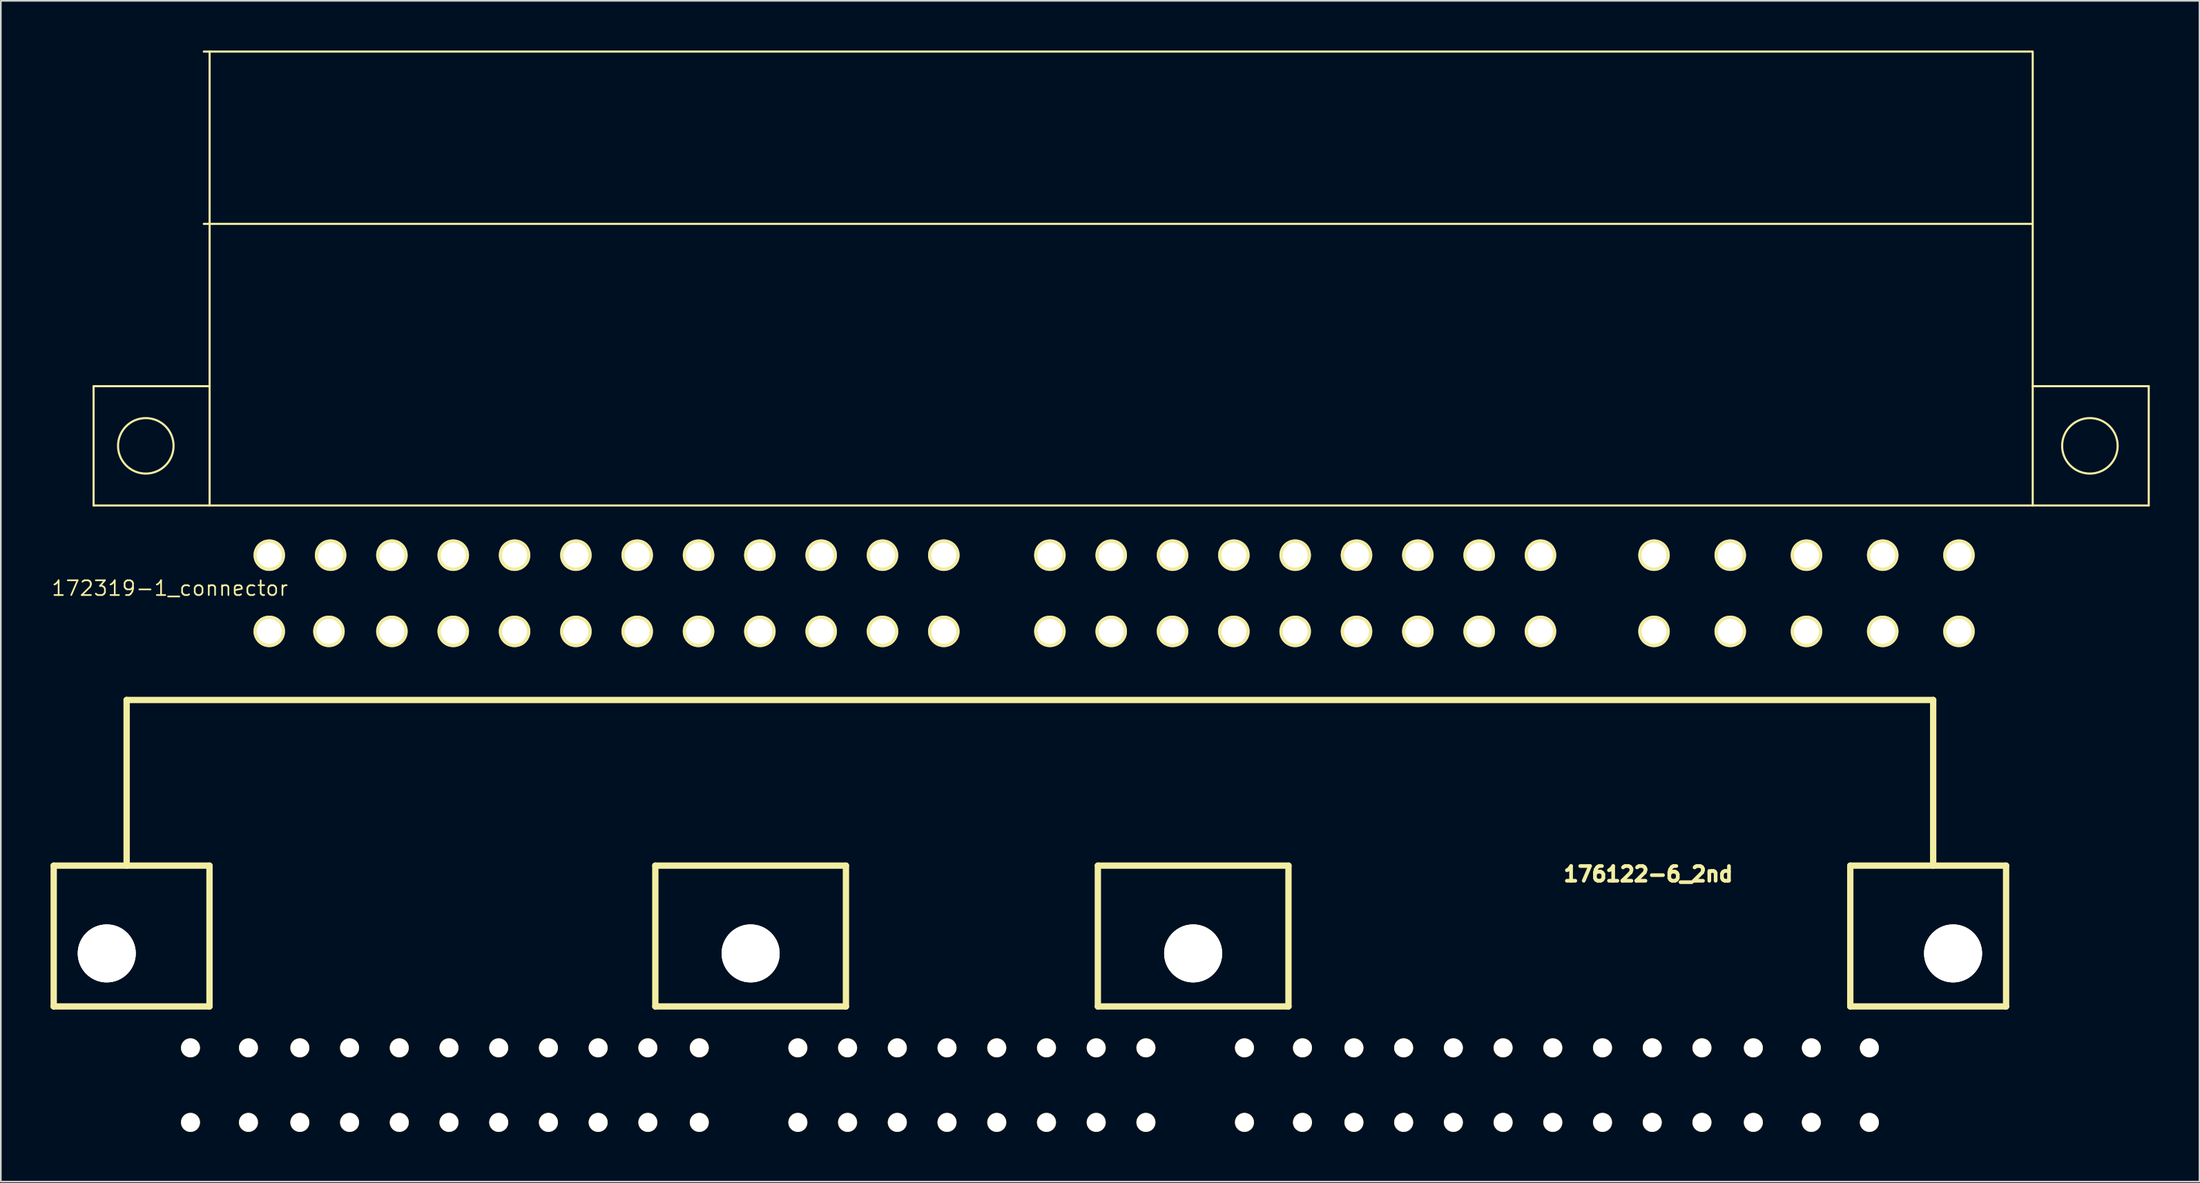
<source format=kicad_pcb>
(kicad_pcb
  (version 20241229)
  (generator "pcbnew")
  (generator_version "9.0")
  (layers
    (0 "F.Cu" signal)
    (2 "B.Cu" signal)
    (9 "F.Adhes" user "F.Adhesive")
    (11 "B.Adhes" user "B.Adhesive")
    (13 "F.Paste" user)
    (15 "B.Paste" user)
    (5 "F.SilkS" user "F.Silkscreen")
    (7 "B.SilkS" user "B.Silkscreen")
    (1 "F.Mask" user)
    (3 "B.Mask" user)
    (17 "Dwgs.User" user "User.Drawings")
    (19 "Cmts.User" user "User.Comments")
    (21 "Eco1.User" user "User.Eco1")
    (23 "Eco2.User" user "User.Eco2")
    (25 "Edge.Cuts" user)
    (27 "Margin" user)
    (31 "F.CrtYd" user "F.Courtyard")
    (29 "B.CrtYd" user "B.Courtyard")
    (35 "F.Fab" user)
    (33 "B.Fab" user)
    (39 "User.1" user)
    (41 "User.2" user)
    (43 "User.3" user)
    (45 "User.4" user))
  (footprint "172319-1_connector"
    (layer "F.Cu")
    (at 13.197 30.463)
    (property "Reference" "172319-1_connector" (at -6 2 180) (layer "F.SilkS") (effects (font (size 0.889 0.889) (thickness 0.102))))
    (attr through_hole)
    (fp_line (start -10.6 -10.2) (end -10.6 -3) (stroke (width 0.127) (type solid)) (layer "F.SilkS"))
    (fp_line (start -10.6 -3) (end -3.6 -3) (stroke (width 0.127) (type solid)) (layer "F.SilkS"))
    (fp_line (start -3.95 -30.4) (end 106.35 -30.4) (stroke (width 0.127) (type solid)) (layer "F.SilkS"))
    (fp_line (start -3.95 -20) (end 106.35 -20) (stroke (width 0.127) (type solid)) (layer "F.SilkS"))
    (fp_line (start -3.6 -30.4) (end -3.6 -3) (stroke (width 0.127) (type solid)) (layer "F.SilkS"))
    (fp_line (start -3.6 -10.2) (end -10.6 -10.2) (stroke (width 0.127) (type solid)) (layer "F.SilkS"))
    (fp_line (start -3.6 -3) (end 106.35 -3) (stroke (width 0.127) (type solid)) (layer "F.SilkS"))
    (fp_line (start 106.4 -30.4) (end 106.4 -3) (stroke (width 0.127) (type solid)) (layer "F.SilkS"))
    (fp_line (start 113.4 -10.2) (end 106.4 -10.2) (stroke (width 0.127) (type solid)) (layer "F.SilkS"))
    (fp_line (start 113.4 -10.2) (end 113.4 -3) (stroke (width 0.127) (type solid)) (layer "F.SilkS"))
    (fp_line (start 113.4 -3) (end 106.4 -3) (stroke (width 0.127) (type solid)) (layer "F.SilkS"))
    (fp_circle (center -7.45 -6.6) (end -9.125 -6.6) (stroke (width 0.127) (type solid)) (fill no) (layer "F.SilkS"))
    (fp_circle (center 109.85 -6.6) (end 111.525 -6.6) (stroke (width 0.127) (type solid)) (fill no) (layer "F.SilkS"))
    (pad "1" thru_hole circle (at 0 0) (size 1.9 1.9) (drill 1.501) (layers "*.Cu" "*.Mask" "F.SilkS"))
    (pad "2" thru_hole circle (at 3.7 0) (size 1.9 1.9) (drill 1.501) (layers "*.Cu" "*.Mask" "F.SilkS"))
    (pad "3" thru_hole circle (at 7.4 0) (size 1.9 1.9) (drill 1.501) (layers "*.Cu" "*.Mask" "F.SilkS"))
    (pad "4" thru_hole circle (at 11.1 0) (size 1.9 1.9) (drill 1.501) (layers "*.Cu" "*.Mask" "F.SilkS"))
    (pad "5" thru_hole circle (at 14.8 0) (size 1.9 1.9) (drill 1.501) (layers "*.Cu" "*.Mask" "F.SilkS"))
    (pad "6" thru_hole circle (at 18.5 0) (size 1.9 1.9) (drill 1.501) (layers "*.Cu" "*.Mask" "F.SilkS"))
    (pad "7" thru_hole circle (at 22.2 0) (size 1.9 1.9) (drill 1.501) (layers "*.Cu" "*.Mask" "F.SilkS"))
    (pad "8" thru_hole circle (at 25.9 0) (size 1.9 1.9) (drill 1.501) (layers "*.Cu" "*.Mask" "F.SilkS"))
    (pad "9" thru_hole circle (at 29.6 0) (size 1.9 1.9) (drill 1.501) (layers "*.Cu" "*.Mask" "F.SilkS"))
    (pad "10" thru_hole circle (at 33.3 0) (size 1.9 1.9) (drill 1.501) (layers "*.Cu" "*.Mask" "F.SilkS"))
    (pad "11" thru_hole circle (at 37 0) (size 1.9 1.9) (drill 1.501) (layers "*.Cu" "*.Mask" "F.SilkS"))
    (pad "12" thru_hole circle (at 40.7 0) (size 1.9 1.9) (drill 1.501) (layers "*.Cu" "*.Mask" "F.SilkS"))
    (pad "13" thru_hole circle (at 47.1 0) (size 1.9 1.9) (drill 1.501) (layers "*.Cu" "*.Mask" "F.SilkS"))
    (pad "14" thru_hole circle (at 50.8 0) (size 1.9 1.9) (drill 1.501) (layers "*.Cu" "*.Mask" "F.SilkS"))
    (pad "15" thru_hole circle (at 54.5 0) (size 1.9 1.9) (drill 1.501) (layers "*.Cu" "*.Mask" "F.SilkS"))
    (pad "16" thru_hole circle (at 58.2 0) (size 1.9 1.9) (drill 1.501) (layers "*.Cu" "*.Mask" "F.SilkS"))
    (pad "17" thru_hole circle (at 61.9 0) (size 1.9 1.9) (drill 1.501) (layers "*.Cu" "*.Mask" "F.SilkS"))
    (pad "18" thru_hole circle (at 65.6 0) (size 1.9 1.9) (drill 1.501) (layers "*.Cu" "*.Mask" "F.SilkS"))
    (pad "19" thru_hole circle (at 69.3 0) (size 1.9 1.9) (drill 1.501) (layers "*.Cu" "*.Mask" "F.SilkS"))
    (pad "20" thru_hole circle (at 73 0) (size 1.9 1.9) (drill 1.501) (layers "*.Cu" "*.Mask" "F.SilkS"))
    (pad "21" thru_hole circle (at 76.7 0) (size 1.9 1.9) (drill 1.501) (layers "*.Cu" "*.Mask" "F.SilkS"))
    (pad "22" thru_hole circle (at 83.55 0) (size 1.9 1.9) (drill 1.501) (layers "*.Cu" "*.Mask" "F.SilkS"))
    (pad "23" thru_hole circle (at 88.15 0) (size 1.9 1.9) (drill 1.501) (layers "*.Cu" "*.Mask" "F.SilkS"))
    (pad "24" thru_hole circle (at 92.75 0 180) (size 1.9 1.9) (drill 1.501) (layers "*.Cu" "*.Mask" "F.SilkS"))
    (pad "25" thru_hole circle (at 97.35 0 180) (size 1.9 1.9) (drill 1.501) (layers "*.Cu" "*.Mask" "F.SilkS"))
    (pad "26" thru_hole circle (at 101.95 0 180) (size 1.9 1.9) (drill 1.501) (layers "*.Cu" "*.Mask" "F.SilkS"))
    (pad "27" thru_hole circle (at 0 4.6 180) (size 1.9 1.9) (drill 1.501) (layers "*.Cu" "*.Mask" "F.SilkS"))
    (pad "28" thru_hole circle (at 3.6 4.6 180) (size 1.9 1.9) (drill 1.501) (layers "*.Cu" "*.Mask" "F.SilkS"))
    (pad "29" thru_hole circle (at 7.4 4.6 180) (size 1.9 1.9) (drill 1.501) (layers "*.Cu" "*.Mask" "F.SilkS"))
    (pad "30" thru_hole circle (at 11.1 4.6 180) (size 1.9 1.9) (drill 1.501) (layers "*.Cu" "*.Mask" "F.SilkS"))
    (pad "31" thru_hole circle (at 14.8 4.6 180) (size 1.9 1.9) (drill 1.501) (layers "*.Cu" "*.Mask" "F.SilkS"))
    (pad "32" thru_hole circle (at 18.5 4.6 180) (size 1.9 1.9) (drill 1.501) (layers "*.Cu" "*.Mask" "F.SilkS"))
    (pad "33" thru_hole circle (at 22.2 4.6 180) (size 1.9 1.9) (drill 1.501) (layers "*.Cu" "*.Mask" "F.SilkS"))
    (pad "34" thru_hole circle (at 25.9 4.6 180) (size 1.9 1.9) (drill 1.501) (layers "*.Cu" "*.Mask" "F.SilkS"))
    (pad "35" thru_hole circle (at 29.6 4.6 180) (size 1.9 1.9) (drill 1.501) (layers "*.Cu" "*.Mask" "F.SilkS"))
    (pad "36" thru_hole circle (at 33.3 4.6 180) (size 1.9 1.9) (drill 1.501) (layers "*.Cu" "*.Mask" "F.SilkS"))
    (pad "37" thru_hole circle (at 37 4.6 180) (size 1.9 1.9) (drill 1.501) (layers "*.Cu" "*.Mask" "F.SilkS"))
    (pad "38" thru_hole circle (at 40.7 4.6 180) (size 1.9 1.9) (drill 1.501) (layers "*.Cu" "*.Mask" "F.SilkS"))
    (pad "39" thru_hole circle (at 47.1 4.6 180) (size 1.9 1.9) (drill 1.501) (layers "*.Cu" "*.Mask" "F.SilkS"))
    (pad "40" thru_hole circle (at 50.8 4.6 180) (size 1.9 1.9) (drill 1.501) (layers "*.Cu" "*.Mask" "F.SilkS"))
    (pad "41" thru_hole circle (at 54.5 4.6 180) (size 1.9 1.9) (drill 1.501) (layers "*.Cu" "*.Mask" "F.SilkS"))
    (pad "42" thru_hole circle (at 58.2 4.6 180) (size 1.9 1.9) (drill 1.501) (layers "*.Cu" "*.Mask" "F.SilkS"))
    (pad "43" thru_hole circle (at 61.9 4.6 180) (size 1.9 1.9) (drill 1.501) (layers "*.Cu" "*.Mask" "F.SilkS"))
    (pad "44" thru_hole circle (at 65.6 4.6 180) (size 1.9 1.9) (drill 1.501) (layers "*.Cu" "*.Mask" "F.SilkS"))
    (pad "45" thru_hole circle (at 69.3 4.6 180) (size 1.9 1.9) (drill 1.501) (layers "*.Cu" "*.Mask" "F.SilkS"))
    (pad "46" thru_hole circle (at 73 4.6 180) (size 1.9 1.9) (drill 1.501) (layers "*.Cu" "*.Mask" "F.SilkS"))
    (pad "47" thru_hole circle (at 76.7 4.6 180) (size 1.9 1.9) (drill 1.501) (layers "*.Cu" "*.Mask" "F.SilkS"))
    (pad "48" thru_hole circle (at 83.55 4.6 180) (size 1.9 1.9) (drill 1.501) (layers "*.Cu" "*.Mask" "F.SilkS"))
    (pad "49" thru_hole circle (at 88.15 4.6 180) (size 1.9 1.9) (drill 1.501) (layers "*.Cu" "*.Mask" "F.SilkS"))
    (pad "50" thru_hole circle (at 92.75 4.6 180) (size 1.9 1.9) (drill 1.501) (layers "*.Cu" "*.Mask" "F.SilkS"))
    (pad "51" thru_hole circle (at 97.35 4.6 180) (size 1.9 1.9) (drill 1.501) (layers "*.Cu" "*.Mask" "F.SilkS"))
    (pad "52" thru_hole circle (at 101.95 4.6 180) (size 1.9 1.9) (drill 1.501) (layers "*.Cu" "*.Mask" "F.SilkS")))
  (footprint "176122-6_2nd"
    (layer "F.Cu")
    (at 117.991 64.703)
    (property "Reference" "176122-6_2nd" (at -21.59 -14.986 0) (layer "F.SilkS") (effects (font (size 0.889 0.889) (thickness 0.222))))
    (attr through_hole)
    (fp_line (start -117.8 -15.499) (end -108.4 -15.499) (stroke (width 0.381) (type solid)) (layer "F.SilkS"))
    (fp_line (start -117.8 -7) (end -117.8 -15.499) (stroke (width 0.381) (type solid)) (layer "F.SilkS"))
    (fp_line (start -117.8 -7) (end -108.4 -7) (stroke (width 0.381) (type solid)) (layer "F.SilkS"))
    (fp_line (start -113.401 -25.499) (end -113.401 -15.499) (stroke (width 0.381) (type solid)) (layer "F.SilkS"))
    (fp_line (start -113.401 -25.499) (end -4.399 -25.499) (stroke (width 0.381) (type solid)) (layer "F.SilkS"))
    (fp_line (start -108.4 -7) (end -108.4 -15.499) (stroke (width 0.381) (type solid)) (layer "F.SilkS"))
    (fp_line (start -81.501 -15.499) (end -70 -15.499) (stroke (width 0.381) (type solid)) (layer "F.SilkS"))
    (fp_line (start -81.501 -7) (end -81.501 -15.499) (stroke (width 0.381) (type solid)) (layer "F.SilkS"))
    (fp_line (start -81.501 -7) (end -70 -7) (stroke (width 0.381) (type solid)) (layer "F.SilkS"))
    (fp_line (start -70 -7) (end -70 -15.499) (stroke (width 0.381) (type solid)) (layer "F.SilkS"))
    (fp_line (start -54.8 -7) (end -54.8 -15.499) (stroke (width 0.381) (type solid)) (layer "F.SilkS"))
    (fp_line (start -43.299 -15.499) (end -54.8 -15.499) (stroke (width 0.381) (type solid)) (layer "F.SilkS"))
    (fp_line (start -43.299 -15.499) (end -43.299 -7) (stroke (width 0.381) (type solid)) (layer "F.SilkS"))
    (fp_line (start -43.299 -7) (end -54.8 -7) (stroke (width 0.381) (type solid)) (layer "F.SilkS"))
    (fp_line (start -9.401 -15.499) (end 0 -15.499) (stroke (width 0.381) (type solid)) (layer "F.SilkS"))
    (fp_line (start -9.401 -7) (end -9.401 -15.499) (stroke (width 0.381) (type solid)) (layer "F.SilkS"))
    (fp_line (start -4.399 -25.499) (end -4.399 -15.499) (stroke (width 0.381) (type solid)) (layer "F.SilkS"))
    (fp_line (start 0 -15.499) (end 0 -7) (stroke (width 0.381) (type solid)) (layer "F.SilkS"))
    (fp_line (start 0 -7) (end -9.401 -7) (stroke (width 0.381) (type solid)) (layer "F.SilkS"))
    (pad "" thru_hole circle (at -114.6 -10.201) (size 3.5 3.5) (drill 3.5) (layers "*.Cu" "*.Mask" "F.SilkS"))
    (pad "" thru_hole circle (at -75.75 -10.201) (size 3.5 3.5) (drill 3.5) (layers "*.Cu" "*.Mask" "F.SilkS"))
    (pad "" thru_hole circle (at -49.05 -10.201) (size 3.5 3.5) (drill 3.5) (layers "*.Cu" "*.Mask" "F.SilkS"))
    (pad "" thru_hole circle (at -3.2 -10.201) (size 3.5 3.5) (drill 3.5) (layers "*.Cu" "*.Mask" "F.SilkS"))
    (pad "1" thru_hole circle (at -109.548 0) (size 1.151 1.151) (drill 1.1) (layers "*.Cu" "*.Mask" "F.SilkS"))
    (pad "2" thru_hole circle (at -106.05 0) (size 1.151 1.151) (drill 1.1) (layers "*.Cu" "*.Mask" "F.SilkS"))
    (pad "3" thru_hole circle (at -102.949 0) (size 1.151 1.151) (drill 1.1) (layers "*.Cu" "*.Mask" "F.SilkS"))
    (pad "4" thru_hole circle (at -99.949 0) (size 1.151 1.151) (drill 1.1) (layers "*.Cu" "*.Mask" "F.SilkS"))
    (pad "5" thru_hole circle (at -96.949 0) (size 1.151 1.151) (drill 1.1) (layers "*.Cu" "*.Mask" "F.SilkS"))
    (pad "6" thru_hole circle (at -93.95 0) (size 1.151 1.151) (drill 1.1) (layers "*.Cu" "*.Mask" "F.SilkS"))
    (pad "7" thru_hole circle (at -90.95 0) (size 1.151 1.151) (drill 1.1) (layers "*.Cu" "*.Mask" "F.SilkS"))
    (pad "8" thru_hole circle (at -87.95 0) (size 1.151 1.151) (drill 1.1) (layers "*.Cu" "*.Mask" "F.SilkS"))
    (pad "9" thru_hole circle (at -84.95 0) (size 1.151 1.151) (drill 1.1) (layers "*.Cu" "*.Mask" "F.SilkS"))
    (pad "10" thru_hole circle (at -81.951 0) (size 1.151 1.151) (drill 1.1) (layers "*.Cu" "*.Mask" "F.SilkS"))
    (pad "11" thru_hole circle (at -78.849 0) (size 1.151 1.151) (drill 1.1) (layers "*.Cu" "*.Mask" "F.SilkS"))
    (pad "12" thru_hole circle (at -109.548 -4.501 180) (size 1.151 1.151) (drill 1.1) (layers "*.Cu" "*.Mask" "F.SilkS"))
    (pad "13" thru_hole circle (at -106.05 -4.501 180) (size 1.151 1.151) (drill 1.1) (layers "*.Cu" "*.Mask" "F.SilkS"))
    (pad "14" thru_hole circle (at -102.949 -4.501 180) (size 1.151 1.151) (drill 1.1) (layers "*.Cu" "*.Mask" "F.SilkS"))
    (pad "15" thru_hole circle (at -99.949 -4.501 180) (size 1.151 1.151) (drill 1.1) (layers "*.Cu" "*.Mask" "F.SilkS"))
    (pad "16" thru_hole circle (at -96.949 -4.501 180) (size 1.151 1.151) (drill 1.1) (layers "*.Cu" "*.Mask" "F.SilkS"))
    (pad "17" thru_hole circle (at -93.95 -4.501 180) (size 1.151 1.151) (drill 1.1) (layers "*.Cu" "*.Mask" "F.SilkS"))
    (pad "18" thru_hole circle (at -90.95 -4.501 180) (size 1.151 1.151) (drill 1.1) (layers "*.Cu" "*.Mask" "F.SilkS"))
    (pad "19" thru_hole circle (at -87.95 -4.501 180) (size 1.151 1.151) (drill 1.1) (layers "*.Cu" "*.Mask" "F.SilkS"))
    (pad "20" thru_hole circle (at -84.95 -4.501 180) (size 1.151 1.151) (drill 1.1) (layers "*.Cu" "*.Mask" "F.SilkS"))
    (pad "21" thru_hole circle (at -81.951 -4.501 180) (size 1.151 1.151) (drill 1.1) (layers "*.Cu" "*.Mask" "F.SilkS"))
    (pad "22" thru_hole circle (at -78.849 -4.501 180) (size 1.151 1.151) (drill 1.1) (layers "*.Cu" "*.Mask" "F.SilkS"))
    (pad "23" thru_hole circle (at -72.901 0) (size 1.151 1.151) (drill 1.1) (layers "*.Cu" "*.Mask" "F.SilkS"))
    (pad "24" thru_hole circle (at -69.901 0) (size 1.151 1.151) (drill 1.1) (layers "*.Cu" "*.Mask" "F.SilkS"))
    (pad "25" thru_hole circle (at -66.901 0) (size 1.151 1.151) (drill 1.1) (layers "*.Cu" "*.Mask" "F.SilkS"))
    (pad "26" thru_hole circle (at -63.901 0) (size 1.151 1.151) (drill 1.1) (layers "*.Cu" "*.Mask" "F.SilkS"))
    (pad "27" thru_hole circle (at -60.899 0) (size 1.151 1.151) (drill 1.1) (layers "*.Cu" "*.Mask" "F.SilkS"))
    (pad "28" thru_hole circle (at -57.899 0) (size 1.151 1.151) (drill 1.1) (layers "*.Cu" "*.Mask" "F.SilkS"))
    (pad "29" thru_hole circle (at -54.9 0) (size 1.151 1.151) (drill 1.1) (layers "*.Cu" "*.Mask" "F.SilkS"))
    (pad "30" thru_hole circle (at -51.9 0) (size 1.151 1.151) (drill 1.1) (layers "*.Cu" "*.Mask" "F.SilkS"))
    (pad "31" thru_hole circle (at -72.901 -4.501 180) (size 1.151 1.151) (drill 1.1) (layers "*.Cu" "*.Mask" "F.SilkS"))
    (pad "32" thru_hole circle (at -69.901 -4.501 180) (size 1.151 1.151) (drill 1.1) (layers "*.Cu" "*.Mask" "F.SilkS"))
    (pad "33" thru_hole circle (at -66.901 -4.501 180) (size 1.151 1.151) (drill 1.1) (layers "*.Cu" "*.Mask" "F.SilkS"))
    (pad "34" thru_hole circle (at -63.901 -4.501 180) (size 1.151 1.151) (drill 1.1) (layers "*.Cu" "*.Mask" "F.SilkS"))
    (pad "35" thru_hole circle (at -60.899 -4.501 180) (size 1.151 1.151) (drill 1.1) (layers "*.Cu" "*.Mask" "F.SilkS"))
    (pad "36" thru_hole circle (at -57.899 -4.501 180) (size 1.151 1.151) (drill 1.1) (layers "*.Cu" "*.Mask" "F.SilkS"))
    (pad "37" thru_hole circle (at -54.9 -4.501 180) (size 1.151 1.151) (drill 1.1) (layers "*.Cu" "*.Mask" "F.SilkS"))
    (pad "38" thru_hole circle (at -51.9 -4.501 180) (size 1.151 1.151) (drill 1.1) (layers "*.Cu" "*.Mask" "F.SilkS"))
    (pad "39" thru_hole circle (at -45.954 0) (size 1.151 1.151) (drill 1.1) (layers "*.Cu" "*.Mask" "F.SilkS"))
    (pad "40" thru_hole circle (at -42.454 0) (size 1.151 1.151) (drill 1.1) (layers "*.Cu" "*.Mask" "F.SilkS"))
    (pad "41" thru_hole circle (at -39.35 0) (size 1.151 1.151) (drill 1.1) (layers "*.Cu" "*.Mask" "F.SilkS"))
    (pad "42" thru_hole circle (at -36.35 0) (size 1.151 1.151) (drill 1.1) (layers "*.Cu" "*.Mask" "F.SilkS"))
    (pad "43" thru_hole circle (at -33.35 0) (size 1.151 1.151) (drill 1.1) (layers "*.Cu" "*.Mask" "F.SilkS"))
    (pad "44" thru_hole circle (at -30.35 0) (size 1.151 1.151) (drill 1.1) (layers "*.Cu" "*.Mask" "F.SilkS"))
    (pad "45" thru_hole circle (at -27.351 0) (size 1.151 1.151) (drill 1.1) (layers "*.Cu" "*.Mask" "F.SilkS"))
    (pad "46" thru_hole circle (at -24.351 0) (size 1.151 1.151) (drill 1.1) (layers "*.Cu" "*.Mask" "F.SilkS"))
    (pad "47" thru_hole circle (at -21.351 0) (size 1.151 1.151) (drill 1.1) (layers "*.Cu" "*.Mask" "F.SilkS"))
    (pad "48" thru_hole circle (at -18.352 0) (size 1.151 1.151) (drill 1.1) (layers "*.Cu" "*.Mask" "F.SilkS"))
    (pad "49" thru_hole circle (at -15.25 0) (size 1.151 1.151) (drill 1.1) (layers "*.Cu" "*.Mask" "F.SilkS"))
    (pad "50" thru_hole circle (at -11.75 0) (size 1.151 1.151) (drill 1.1) (layers "*.Cu" "*.Mask" "F.SilkS"))
    (pad "51" thru_hole circle (at -8.25 0) (size 1.151 1.151) (drill 1.1) (layers "*.Cu" "*.Mask" "F.SilkS"))
    (pad "52" thru_hole circle (at -45.954 -4.501 180) (size 1.151 1.151) (drill 1.1) (layers "*.Cu" "*.Mask" "F.SilkS"))
    (pad "53" thru_hole circle (at -42.454 -4.501 180) (size 1.151 1.151) (drill 1.1) (layers "*.Cu" "*.Mask" "F.SilkS"))
    (pad "54" thru_hole circle (at -39.35 -4.501 180) (size 1.151 1.151) (drill 1.1) (layers "*.Cu" "*.Mask" "F.SilkS"))
    (pad "55" thru_hole circle (at -36.35 -4.501 180) (size 1.151 1.151) (drill 1.1) (layers "*.Cu" "*.Mask" "F.SilkS"))
    (pad "56" thru_hole circle (at -33.35 -4.501 180) (size 1.151 1.151) (drill 1.1) (layers "*.Cu" "*.Mask" "F.SilkS"))
    (pad "57" thru_hole circle (at -30.35 -4.501 180) (size 1.151 1.151) (drill 1.1) (layers "*.Cu" "*.Mask" "F.SilkS"))
    (pad "58" thru_hole circle (at -27.351 -4.501 180) (size 1.151 1.151) (drill 1.1) (layers "*.Cu" "*.Mask" "F.SilkS"))
    (pad "59" thru_hole circle (at -24.351 -4.501 180) (size 1.151 1.151) (drill 1.1) (layers "*.Cu" "*.Mask" "F.SilkS"))
    (pad "60" thru_hole circle (at -21.351 -4.501 180) (size 1.151 1.151) (drill 1.1) (layers "*.Cu" "*.Mask" "F.SilkS"))
    (pad "61" thru_hole circle (at -18.352 -4.501 180) (size 1.151 1.151) (drill 1.1) (layers "*.Cu" "*.Mask" "F.SilkS"))
    (pad "62" thru_hole circle (at -15.25 -4.501 180) (size 1.151 1.151) (drill 1.1) (layers "*.Cu" "*.Mask" "F.SilkS"))
    (pad "63" thru_hole circle (at -11.75 -4.501 180) (size 1.151 1.151) (drill 1.1) (layers "*.Cu" "*.Mask" "F.SilkS"))
    (pad "64" thru_hole circle (at -8.25 -4.501 180) (size 1.151 1.151) (drill 1.1) (layers "*.Cu" "*.Mask" "F.SilkS")))
  (gr_rect
    (start -3 -3)
    (end 129.66 68.278)
    (stroke (width 0.1) (type default))
    (fill no)
    (layer "Edge.Cuts")))
</source>
